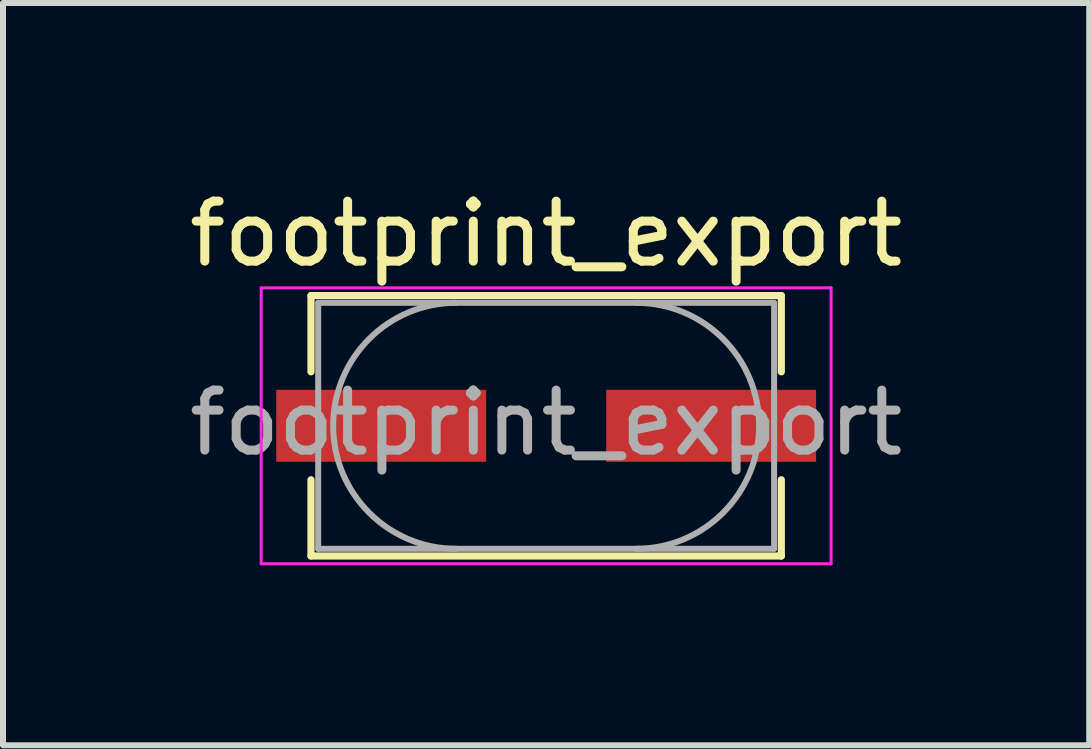
<source format=kicad_pcb>
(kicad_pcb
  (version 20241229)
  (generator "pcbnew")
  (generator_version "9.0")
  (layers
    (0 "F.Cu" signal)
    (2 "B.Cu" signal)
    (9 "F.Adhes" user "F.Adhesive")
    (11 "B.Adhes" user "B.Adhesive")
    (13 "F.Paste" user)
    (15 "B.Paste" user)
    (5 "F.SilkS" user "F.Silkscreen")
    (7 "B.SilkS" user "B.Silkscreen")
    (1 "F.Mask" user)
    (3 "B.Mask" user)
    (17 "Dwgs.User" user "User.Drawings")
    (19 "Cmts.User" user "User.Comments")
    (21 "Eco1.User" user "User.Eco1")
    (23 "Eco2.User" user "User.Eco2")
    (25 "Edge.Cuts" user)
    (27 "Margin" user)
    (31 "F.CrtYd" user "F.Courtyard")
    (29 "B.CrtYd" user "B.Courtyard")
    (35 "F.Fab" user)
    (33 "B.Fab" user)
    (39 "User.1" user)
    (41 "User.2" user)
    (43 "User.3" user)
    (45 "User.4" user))
  (footprint "footprint_export"
    (layer "F.Cu")
    (at 6.054 4.048)
    (property "Reference" "footprint_export" (at 0 -3.2 0) (layer "F.SilkS") (effects (font (size 1 1) (thickness 0.15))))
    (attr smd)
    (fp_line (start -3.92 -2.17) (end -3.92 -0.9) (stroke (width 0.12) (type solid)) (layer "F.SilkS"))
    (fp_line (start -3.92 -2.17) (end 3.92 -2.17) (stroke (width 0.12) (type solid)) (layer "F.SilkS"))
    (fp_line (start -3.92 2.17) (end -3.92 0.9) (stroke (width 0.12) (type solid)) (layer "F.SilkS"))
    (fp_line (start -3.92 2.17) (end 3.92 2.17) (stroke (width 0.12) (type solid)) (layer "F.SilkS"))
    (fp_line (start 3.92 -2.17) (end 3.92 -0.9) (stroke (width 0.12) (type solid)) (layer "F.SilkS"))
    (fp_line (start 3.92 2.17) (end 3.92 0.9) (stroke (width 0.12) (type solid)) (layer "F.SilkS"))
    (fp_line (start -4.75 -2.3) (end -4.75 2.3) (stroke (width 0.05) (type solid)) (layer "F.CrtYd"))
    (fp_line (start -4.75 -2.3) (end 4.75 -2.3) (stroke (width 0.05) (type solid)) (layer "F.CrtYd"))
    (fp_line (start -4.75 2.3) (end 4.75 2.3) (stroke (width 0.05) (type solid)) (layer "F.CrtYd"))
    (fp_line (start 4.75 -2.3) (end 4.75 2.3) (stroke (width 0.05) (type solid)) (layer "F.CrtYd"))
    (fp_line (start -3.8 -2.05) (end 3.8 -2.05) (stroke (width 0.1) (type solid)) (layer "F.Fab"))
    (fp_line (start -3.8 2.05) (end -3.8 -2.05) (stroke (width 0.1) (type solid)) (layer "F.Fab"))
    (fp_line (start 3.8 -2.05) (end 3.8 2.05) (stroke (width 0.1) (type solid)) (layer "F.Fab"))
    (fp_line (start 3.8 2.05) (end -3.8 2.05) (stroke (width 0.1) (type solid)) (layer "F.Fab"))
    (fp_arc (start -1.5 2.05) (mid -3.55 0) (end -1.5 -2.05) (stroke (width 0.1) (type solid)) (layer "F.Fab"))
    (fp_arc (start 1.5 -2.05) (mid 3.55 0) (end 1.5 2.05) (stroke (width 0.1) (type solid)) (layer "F.Fab"))
    (fp_text user "${REFERENCE}" (at 0 -0.05 0) (layer "F.Fab") (effects (font (size 1 1) (thickness 0.15))))
    (pad "1" smd rect (at -2.75 0) (size 3.5 1.2) (layers "F.Cu" "F.Mask" "F.Paste"))
    (pad "2" smd rect (at 2.75 0) (size 3.5 1.2) (layers "F.Cu" "F.Mask" "F.Paste")))
  (gr_rect
    (start -3 -3)
    (end 15.107 9.373)
    (stroke (width 0.1) (type default))
    (fill no)
    (layer "Edge.Cuts")))
</source>
